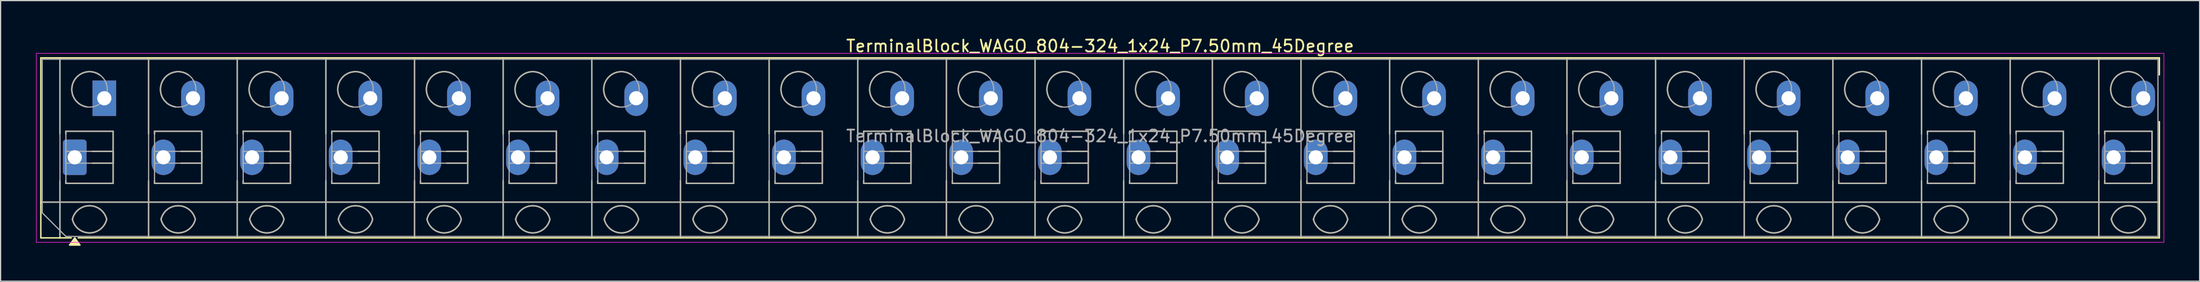
<source format=kicad_pcb>
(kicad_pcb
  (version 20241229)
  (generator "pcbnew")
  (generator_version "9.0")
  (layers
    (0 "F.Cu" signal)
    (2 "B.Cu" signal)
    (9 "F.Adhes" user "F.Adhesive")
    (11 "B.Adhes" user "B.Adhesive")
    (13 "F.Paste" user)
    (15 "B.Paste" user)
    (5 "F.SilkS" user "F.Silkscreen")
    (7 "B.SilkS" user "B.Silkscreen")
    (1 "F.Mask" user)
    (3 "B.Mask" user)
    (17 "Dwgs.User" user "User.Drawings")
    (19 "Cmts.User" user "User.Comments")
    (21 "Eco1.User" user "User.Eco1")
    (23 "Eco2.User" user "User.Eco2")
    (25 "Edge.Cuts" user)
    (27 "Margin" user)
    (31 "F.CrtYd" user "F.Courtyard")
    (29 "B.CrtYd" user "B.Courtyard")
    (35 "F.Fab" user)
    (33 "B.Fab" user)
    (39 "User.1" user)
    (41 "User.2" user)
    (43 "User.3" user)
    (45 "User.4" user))
  (footprint "TerminalBlock_WAGO_804-324_1x24_P7.50mm_45Degree"
    (layer "F.Cu")
    (at 3.275 10.268)
    (property "Reference" "TerminalBlock_WAGO_804-324_1x24_P7.50mm_45Degree" (at 86.75 -9.42 0) (layer "F.SilkS") (effects (font (size 1 1) (thickness 0.15))))
    (attr through_hole)
    (fp_line (start -2.87 -8.42) (end 176.37 -8.42) (stroke (width 0.12) (type solid)) (layer "F.SilkS"))
    (fp_line (start -2.87 3.8) (end 176.37 3.8) (stroke (width 0.12) (type solid)) (layer "F.SilkS"))
    (fp_line (start -2.87 6.82) (end -2.87 -8.42) (stroke (width 0.12) (type solid)) (layer "F.SilkS"))
    (fp_line (start -1.25 -8.42) (end -1.25 -1.98) (stroke (width 0.12) (type solid)) (layer "F.SilkS"))
    (fp_line (start -1.25 1.98) (end -1.25 6.82) (stroke (width 0.12) (type solid)) (layer "F.SilkS"))
    (fp_line (start -0.75 -2.2) (end 3.25 -2.2) (stroke (width 0.12) (type solid)) (layer "F.SilkS"))
    (fp_line (start -0.75 -1.98) (end -0.75 -2.2) (stroke (width 0.12) (type solid)) (layer "F.SilkS"))
    (fp_line (start -0.75 2.2) (end -0.75 1.98) (stroke (width 0.12) (type solid)) (layer "F.SilkS"))
    (fp_line (start -0.3 6.82) (end -2.87 6.82) (stroke (width 0.12) (type solid)) (layer "F.SilkS"))
    (fp_line (start 1.48 -0.5) (end 3.25 -0.5) (stroke (width 0.12) (type solid)) (layer "F.SilkS"))
    (fp_line (start 3.25 -2.2) (end 3.25 2.2) (stroke (width 0.12) (type solid)) (layer "F.SilkS"))
    (fp_line (start 3.25 -0.5) (end 3.25 0.5) (stroke (width 0.12) (type solid)) (layer "F.SilkS"))
    (fp_line (start 3.25 0.5) (end 1.48 0.5) (stroke (width 0.12) (type solid)) (layer "F.SilkS"))
    (fp_line (start 3.25 2.2) (end -0.75 2.2) (stroke (width 0.12) (type solid)) (layer "F.SilkS"))
    (fp_line (start 6.25 -8.42) (end 6.25 -1.98) (stroke (width 0.12) (type solid)) (layer "F.SilkS"))
    (fp_line (start 6.25 1.98) (end 6.25 6.82) (stroke (width 0.12) (type solid)) (layer "F.SilkS"))
    (fp_line (start 6.75 -2.2) (end 10.75 -2.2) (stroke (width 0.12) (type solid)) (layer "F.SilkS"))
    (fp_line (start 6.75 -1.98) (end 6.75 -2.2) (stroke (width 0.12) (type solid)) (layer "F.SilkS"))
    (fp_line (start 6.75 2.2) (end 6.75 1.98) (stroke (width 0.12) (type solid)) (layer "F.SilkS"))
    (fp_line (start 8.98 -0.5) (end 10.75 -0.5) (stroke (width 0.12) (type solid)) (layer "F.SilkS"))
    (fp_line (start 10.75 -2.2) (end 10.75 2.2) (stroke (width 0.12) (type solid)) (layer "F.SilkS"))
    (fp_line (start 10.75 -0.5) (end 10.75 0.5) (stroke (width 0.12) (type solid)) (layer "F.SilkS"))
    (fp_line (start 10.75 0.5) (end 8.98 0.5) (stroke (width 0.12) (type solid)) (layer "F.SilkS"))
    (fp_line (start 10.75 2.2) (end 6.75 2.2) (stroke (width 0.12) (type solid)) (layer "F.SilkS"))
    (fp_line (start 13.75 -8.42) (end 13.75 -1.98) (stroke (width 0.12) (type solid)) (layer "F.SilkS"))
    (fp_line (start 13.75 1.98) (end 13.75 6.82) (stroke (width 0.12) (type solid)) (layer "F.SilkS"))
    (fp_line (start 14.25 -2.2) (end 18.25 -2.2) (stroke (width 0.12) (type solid)) (layer "F.SilkS"))
    (fp_line (start 14.25 -1.98) (end 14.25 -2.2) (stroke (width 0.12) (type solid)) (layer "F.SilkS"))
    (fp_line (start 14.25 2.2) (end 14.25 1.98) (stroke (width 0.12) (type solid)) (layer "F.SilkS"))
    (fp_line (start 16.48 -0.5) (end 18.25 -0.5) (stroke (width 0.12) (type solid)) (layer "F.SilkS"))
    (fp_line (start 18.25 -2.2) (end 18.25 2.2) (stroke (width 0.12) (type solid)) (layer "F.SilkS"))
    (fp_line (start 18.25 -0.5) (end 18.25 0.5) (stroke (width 0.12) (type solid)) (layer "F.SilkS"))
    (fp_line (start 18.25 0.5) (end 16.48 0.5) (stroke (width 0.12) (type solid)) (layer "F.SilkS"))
    (fp_line (start 18.25 2.2) (end 14.25 2.2) (stroke (width 0.12) (type solid)) (layer "F.SilkS"))
    (fp_line (start 21.25 -8.42) (end 21.25 -1.98) (stroke (width 0.12) (type solid)) (layer "F.SilkS"))
    (fp_line (start 21.25 1.98) (end 21.25 6.82) (stroke (width 0.12) (type solid)) (layer "F.SilkS"))
    (fp_line (start 21.75 -2.2) (end 25.75 -2.2) (stroke (width 0.12) (type solid)) (layer "F.SilkS"))
    (fp_line (start 21.75 -1.98) (end 21.75 -2.2) (stroke (width 0.12) (type solid)) (layer "F.SilkS"))
    (fp_line (start 21.75 2.2) (end 21.75 1.98) (stroke (width 0.12) (type solid)) (layer "F.SilkS"))
    (fp_line (start 23.98 -0.5) (end 25.75 -0.5) (stroke (width 0.12) (type solid)) (layer "F.SilkS"))
    (fp_line (start 25.75 -2.2) (end 25.75 2.2) (stroke (width 0.12) (type solid)) (layer "F.SilkS"))
    (fp_line (start 25.75 -0.5) (end 25.75 0.5) (stroke (width 0.12) (type solid)) (layer "F.SilkS"))
    (fp_line (start 25.75 0.5) (end 23.98 0.5) (stroke (width 0.12) (type solid)) (layer "F.SilkS"))
    (fp_line (start 25.75 2.2) (end 21.75 2.2) (stroke (width 0.12) (type solid)) (layer "F.SilkS"))
    (fp_line (start 28.75 -8.42) (end 28.75 -1.98) (stroke (width 0.12) (type solid)) (layer "F.SilkS"))
    (fp_line (start 28.75 1.98) (end 28.75 6.82) (stroke (width 0.12) (type solid)) (layer "F.SilkS"))
    (fp_line (start 29.25 -2.2) (end 33.25 -2.2) (stroke (width 0.12) (type solid)) (layer "F.SilkS"))
    (fp_line (start 29.25 -1.98) (end 29.25 -2.2) (stroke (width 0.12) (type solid)) (layer "F.SilkS"))
    (fp_line (start 29.25 2.2) (end 29.25 1.98) (stroke (width 0.12) (type solid)) (layer "F.SilkS"))
    (fp_line (start 31.48 -0.5) (end 33.25 -0.5) (stroke (width 0.12) (type solid)) (layer "F.SilkS"))
    (fp_line (start 33.25 -2.2) (end 33.25 2.2) (stroke (width 0.12) (type solid)) (layer "F.SilkS"))
    (fp_line (start 33.25 -0.5) (end 33.25 0.5) (stroke (width 0.12) (type solid)) (layer "F.SilkS"))
    (fp_line (start 33.25 0.5) (end 31.48 0.5) (stroke (width 0.12) (type solid)) (layer "F.SilkS"))
    (fp_line (start 33.25 2.2) (end 29.25 2.2) (stroke (width 0.12) (type solid)) (layer "F.SilkS"))
    (fp_line (start 36.25 -8.42) (end 36.25 -1.98) (stroke (width 0.12) (type solid)) (layer "F.SilkS"))
    (fp_line (start 36.25 1.98) (end 36.25 6.82) (stroke (width 0.12) (type solid)) (layer "F.SilkS"))
    (fp_line (start 36.75 -2.2) (end 40.75 -2.2) (stroke (width 0.12) (type solid)) (layer "F.SilkS"))
    (fp_line (start 36.75 -1.98) (end 36.75 -2.2) (stroke (width 0.12) (type solid)) (layer "F.SilkS"))
    (fp_line (start 36.75 2.2) (end 36.75 1.98) (stroke (width 0.12) (type solid)) (layer "F.SilkS"))
    (fp_line (start 38.98 -0.5) (end 40.75 -0.5) (stroke (width 0.12) (type solid)) (layer "F.SilkS"))
    (fp_line (start 40.75 -2.2) (end 40.75 2.2) (stroke (width 0.12) (type solid)) (layer "F.SilkS"))
    (fp_line (start 40.75 -0.5) (end 40.75 0.5) (stroke (width 0.12) (type solid)) (layer "F.SilkS"))
    (fp_line (start 40.75 0.5) (end 38.98 0.5) (stroke (width 0.12) (type solid)) (layer "F.SilkS"))
    (fp_line (start 40.75 2.2) (end 36.75 2.2) (stroke (width 0.12) (type solid)) (layer "F.SilkS"))
    (fp_line (start 43.75 -8.42) (end 43.75 -1.98) (stroke (width 0.12) (type solid)) (layer "F.SilkS"))
    (fp_line (start 43.75 1.98) (end 43.75 6.82) (stroke (width 0.12) (type solid)) (layer "F.SilkS"))
    (fp_line (start 44.25 -2.2) (end 48.25 -2.2) (stroke (width 0.12) (type solid)) (layer "F.SilkS"))
    (fp_line (start 44.25 -1.98) (end 44.25 -2.2) (stroke (width 0.12) (type solid)) (layer "F.SilkS"))
    (fp_line (start 44.25 2.2) (end 44.25 1.98) (stroke (width 0.12) (type solid)) (layer "F.SilkS"))
    (fp_line (start 46.48 -0.5) (end 48.25 -0.5) (stroke (width 0.12) (type solid)) (layer "F.SilkS"))
    (fp_line (start 48.25 -2.2) (end 48.25 2.2) (stroke (width 0.12) (type solid)) (layer "F.SilkS"))
    (fp_line (start 48.25 -0.5) (end 48.25 0.5) (stroke (width 0.12) (type solid)) (layer "F.SilkS"))
    (fp_line (start 48.25 0.5) (end 46.48 0.5) (stroke (width 0.12) (type solid)) (layer "F.SilkS"))
    (fp_line (start 48.25 2.2) (end 44.25 2.2) (stroke (width 0.12) (type solid)) (layer "F.SilkS"))
    (fp_line (start 51.25 -8.42) (end 51.25 -1.98) (stroke (width 0.12) (type solid)) (layer "F.SilkS"))
    (fp_line (start 51.25 1.98) (end 51.25 6.82) (stroke (width 0.12) (type solid)) (layer "F.SilkS"))
    (fp_line (start 51.75 -2.2) (end 55.75 -2.2) (stroke (width 0.12) (type solid)) (layer "F.SilkS"))
    (fp_line (start 51.75 -1.98) (end 51.75 -2.2) (stroke (width 0.12) (type solid)) (layer "F.SilkS"))
    (fp_line (start 51.75 2.2) (end 51.75 1.98) (stroke (width 0.12) (type solid)) (layer "F.SilkS"))
    (fp_line (start 53.98 -0.5) (end 55.75 -0.5) (stroke (width 0.12) (type solid)) (layer "F.SilkS"))
    (fp_line (start 55.75 -2.2) (end 55.75 2.2) (stroke (width 0.12) (type solid)) (layer "F.SilkS"))
    (fp_line (start 55.75 -0.5) (end 55.75 0.5) (stroke (width 0.12) (type solid)) (layer "F.SilkS"))
    (fp_line (start 55.75 0.5) (end 53.98 0.5) (stroke (width 0.12) (type solid)) (layer "F.SilkS"))
    (fp_line (start 55.75 2.2) (end 51.75 2.2) (stroke (width 0.12) (type solid)) (layer "F.SilkS"))
    (fp_line (start 58.75 -8.42) (end 58.75 -1.98) (stroke (width 0.12) (type solid)) (layer "F.SilkS"))
    (fp_line (start 58.75 1.98) (end 58.75 6.82) (stroke (width 0.12) (type solid)) (layer "F.SilkS"))
    (fp_line (start 59.25 -2.2) (end 63.25 -2.2) (stroke (width 0.12) (type solid)) (layer "F.SilkS"))
    (fp_line (start 59.25 -1.98) (end 59.25 -2.2) (stroke (width 0.12) (type solid)) (layer "F.SilkS"))
    (fp_line (start 59.25 2.2) (end 59.25 1.98) (stroke (width 0.12) (type solid)) (layer "F.SilkS"))
    (fp_line (start 61.48 -0.5) (end 63.25 -0.5) (stroke (width 0.12) (type solid)) (layer "F.SilkS"))
    (fp_line (start 63.25 -2.2) (end 63.25 2.2) (stroke (width 0.12) (type solid)) (layer "F.SilkS"))
    (fp_line (start 63.25 -0.5) (end 63.25 0.5) (stroke (width 0.12) (type solid)) (layer "F.SilkS"))
    (fp_line (start 63.25 0.5) (end 61.48 0.5) (stroke (width 0.12) (type solid)) (layer "F.SilkS"))
    (fp_line (start 63.25 2.2) (end 59.25 2.2) (stroke (width 0.12) (type solid)) (layer "F.SilkS"))
    (fp_line (start 66.25 -8.42) (end 66.25 -1.98) (stroke (width 0.12) (type solid)) (layer "F.SilkS"))
    (fp_line (start 66.25 1.98) (end 66.25 6.82) (stroke (width 0.12) (type solid)) (layer "F.SilkS"))
    (fp_line (start 66.75 -2.2) (end 70.75 -2.2) (stroke (width 0.12) (type solid)) (layer "F.SilkS"))
    (fp_line (start 66.75 -1.98) (end 66.75 -2.2) (stroke (width 0.12) (type solid)) (layer "F.SilkS"))
    (fp_line (start 66.75 2.2) (end 66.75 1.98) (stroke (width 0.12) (type solid)) (layer "F.SilkS"))
    (fp_line (start 68.98 -0.5) (end 70.75 -0.5) (stroke (width 0.12) (type solid)) (layer "F.SilkS"))
    (fp_line (start 70.75 -2.2) (end 70.75 2.2) (stroke (width 0.12) (type solid)) (layer "F.SilkS"))
    (fp_line (start 70.75 -0.5) (end 70.75 0.5) (stroke (width 0.12) (type solid)) (layer "F.SilkS"))
    (fp_line (start 70.75 0.5) (end 68.98 0.5) (stroke (width 0.12) (type solid)) (layer "F.SilkS"))
    (fp_line (start 70.75 2.2) (end 66.75 2.2) (stroke (width 0.12) (type solid)) (layer "F.SilkS"))
    (fp_line (start 73.75 -8.42) (end 73.75 -1.98) (stroke (width 0.12) (type solid)) (layer "F.SilkS"))
    (fp_line (start 73.75 1.98) (end 73.75 6.82) (stroke (width 0.12) (type solid)) (layer "F.SilkS"))
    (fp_line (start 74.25 -2.2) (end 78.25 -2.2) (stroke (width 0.12) (type solid)) (layer "F.SilkS"))
    (fp_line (start 74.25 -1.98) (end 74.25 -2.2) (stroke (width 0.12) (type solid)) (layer "F.SilkS"))
    (fp_line (start 74.25 2.2) (end 74.25 1.98) (stroke (width 0.12) (type solid)) (layer "F.SilkS"))
    (fp_line (start 76.48 -0.5) (end 78.25 -0.5) (stroke (width 0.12) (type solid)) (layer "F.SilkS"))
    (fp_line (start 78.25 -2.2) (end 78.25 2.2) (stroke (width 0.12) (type solid)) (layer "F.SilkS"))
    (fp_line (start 78.25 -0.5) (end 78.25 0.5) (stroke (width 0.12) (type solid)) (layer "F.SilkS"))
    (fp_line (start 78.25 0.5) (end 76.48 0.5) (stroke (width 0.12) (type solid)) (layer "F.SilkS"))
    (fp_line (start 78.25 2.2) (end 74.25 2.2) (stroke (width 0.12) (type solid)) (layer "F.SilkS"))
    (fp_line (start 81.25 -8.42) (end 81.25 -1.98) (stroke (width 0.12) (type solid)) (layer "F.SilkS"))
    (fp_line (start 81.25 1.98) (end 81.25 6.82) (stroke (width 0.12) (type solid)) (layer "F.SilkS"))
    (fp_line (start 81.75 -2.2) (end 85.75 -2.2) (stroke (width 0.12) (type solid)) (layer "F.SilkS"))
    (fp_line (start 81.75 -1.98) (end 81.75 -2.2) (stroke (width 0.12) (type solid)) (layer "F.SilkS"))
    (fp_line (start 81.75 2.2) (end 81.75 1.98) (stroke (width 0.12) (type solid)) (layer "F.SilkS"))
    (fp_line (start 83.98 -0.5) (end 85.75 -0.5) (stroke (width 0.12) (type solid)) (layer "F.SilkS"))
    (fp_line (start 85.75 -2.2) (end 85.75 2.2) (stroke (width 0.12) (type solid)) (layer "F.SilkS"))
    (fp_line (start 85.75 -0.5) (end 85.75 0.5) (stroke (width 0.12) (type solid)) (layer "F.SilkS"))
    (fp_line (start 85.75 0.5) (end 83.98 0.5) (stroke (width 0.12) (type solid)) (layer "F.SilkS"))
    (fp_line (start 85.75 2.2) (end 81.75 2.2) (stroke (width 0.12) (type solid)) (layer "F.SilkS"))
    (fp_line (start 88.75 -8.42) (end 88.75 -1.98) (stroke (width 0.12) (type solid)) (layer "F.SilkS"))
    (fp_line (start 88.75 1.98) (end 88.75 6.82) (stroke (width 0.12) (type solid)) (layer "F.SilkS"))
    (fp_line (start 89.25 -2.2) (end 93.25 -2.2) (stroke (width 0.12) (type solid)) (layer "F.SilkS"))
    (fp_line (start 89.25 -1.98) (end 89.25 -2.2) (stroke (width 0.12) (type solid)) (layer "F.SilkS"))
    (fp_line (start 89.25 2.2) (end 89.25 1.98) (stroke (width 0.12) (type solid)) (layer "F.SilkS"))
    (fp_line (start 91.48 -0.5) (end 93.25 -0.5) (stroke (width 0.12) (type solid)) (layer "F.SilkS"))
    (fp_line (start 93.25 -2.2) (end 93.25 2.2) (stroke (width 0.12) (type solid)) (layer "F.SilkS"))
    (fp_line (start 93.25 -0.5) (end 93.25 0.5) (stroke (width 0.12) (type solid)) (layer "F.SilkS"))
    (fp_line (start 93.25 0.5) (end 91.48 0.5) (stroke (width 0.12) (type solid)) (layer "F.SilkS"))
    (fp_line (start 93.25 2.2) (end 89.25 2.2) (stroke (width 0.12) (type solid)) (layer "F.SilkS"))
    (fp_line (start 96.25 -8.42) (end 96.25 -1.98) (stroke (width 0.12) (type solid)) (layer "F.SilkS"))
    (fp_line (start 96.25 1.98) (end 96.25 6.82) (stroke (width 0.12) (type solid)) (layer "F.SilkS"))
    (fp_line (start 96.75 -2.2) (end 100.75 -2.2) (stroke (width 0.12) (type solid)) (layer "F.SilkS"))
    (fp_line (start 96.75 -1.98) (end 96.75 -2.2) (stroke (width 0.12) (type solid)) (layer "F.SilkS"))
    (fp_line (start 96.75 2.2) (end 96.75 1.98) (stroke (width 0.12) (type solid)) (layer "F.SilkS"))
    (fp_line (start 98.98 -0.5) (end 100.75 -0.5) (stroke (width 0.12) (type solid)) (layer "F.SilkS"))
    (fp_line (start 100.75 -2.2) (end 100.75 2.2) (stroke (width 0.12) (type solid)) (layer "F.SilkS"))
    (fp_line (start 100.75 -0.5) (end 100.75 0.5) (stroke (width 0.12) (type solid)) (layer "F.SilkS"))
    (fp_line (start 100.75 0.5) (end 98.98 0.5) (stroke (width 0.12) (type solid)) (layer "F.SilkS"))
    (fp_line (start 100.75 2.2) (end 96.75 2.2) (stroke (width 0.12) (type solid)) (layer "F.SilkS"))
    (fp_line (start 103.75 -8.42) (end 103.75 -1.98) (stroke (width 0.12) (type solid)) (layer "F.SilkS"))
    (fp_line (start 103.75 1.98) (end 103.75 6.82) (stroke (width 0.12) (type solid)) (layer "F.SilkS"))
    (fp_line (start 104.25 -2.2) (end 108.25 -2.2) (stroke (width 0.12) (type solid)) (layer "F.SilkS"))
    (fp_line (start 104.25 -1.98) (end 104.25 -2.2) (stroke (width 0.12) (type solid)) (layer "F.SilkS"))
    (fp_line (start 104.25 2.2) (end 104.25 1.98) (stroke (width 0.12) (type solid)) (layer "F.SilkS"))
    (fp_line (start 106.48 -0.5) (end 108.25 -0.5) (stroke (width 0.12) (type solid)) (layer "F.SilkS"))
    (fp_line (start 108.25 -2.2) (end 108.25 2.2) (stroke (width 0.12) (type solid)) (layer "F.SilkS"))
    (fp_line (start 108.25 -0.5) (end 108.25 0.5) (stroke (width 0.12) (type solid)) (layer "F.SilkS"))
    (fp_line (start 108.25 0.5) (end 106.48 0.5) (stroke (width 0.12) (type solid)) (layer "F.SilkS"))
    (fp_line (start 108.25 2.2) (end 104.25 2.2) (stroke (width 0.12) (type solid)) (layer "F.SilkS"))
    (fp_line (start 111.25 -8.42) (end 111.25 -1.98) (stroke (width 0.12) (type solid)) (layer "F.SilkS"))
    (fp_line (start 111.25 1.98) (end 111.25 6.82) (stroke (width 0.12) (type solid)) (layer "F.SilkS"))
    (fp_line (start 111.75 -2.2) (end 115.75 -2.2) (stroke (width 0.12) (type solid)) (layer "F.SilkS"))
    (fp_line (start 111.75 -1.98) (end 111.75 -2.2) (stroke (width 0.12) (type solid)) (layer "F.SilkS"))
    (fp_line (start 111.75 2.2) (end 111.75 1.98) (stroke (width 0.12) (type solid)) (layer "F.SilkS"))
    (fp_line (start 113.98 -0.5) (end 115.75 -0.5) (stroke (width 0.12) (type solid)) (layer "F.SilkS"))
    (fp_line (start 115.75 -2.2) (end 115.75 2.2) (stroke (width 0.12) (type solid)) (layer "F.SilkS"))
    (fp_line (start 115.75 -0.5) (end 115.75 0.5) (stroke (width 0.12) (type solid)) (layer "F.SilkS"))
    (fp_line (start 115.75 0.5) (end 113.98 0.5) (stroke (width 0.12) (type solid)) (layer "F.SilkS"))
    (fp_line (start 115.75 2.2) (end 111.75 2.2) (stroke (width 0.12) (type solid)) (layer "F.SilkS"))
    (fp_line (start 118.75 -8.42) (end 118.75 -1.98) (stroke (width 0.12) (type solid)) (layer "F.SilkS"))
    (fp_line (start 118.75 1.98) (end 118.75 6.82) (stroke (width 0.12) (type solid)) (layer "F.SilkS"))
    (fp_line (start 119.25 -2.2) (end 123.25 -2.2) (stroke (width 0.12) (type solid)) (layer "F.SilkS"))
    (fp_line (start 119.25 -1.98) (end 119.25 -2.2) (stroke (width 0.12) (type solid)) (layer "F.SilkS"))
    (fp_line (start 119.25 2.2) (end 119.25 1.98) (stroke (width 0.12) (type solid)) (layer "F.SilkS"))
    (fp_line (start 121.48 -0.5) (end 123.25 -0.5) (stroke (width 0.12) (type solid)) (layer "F.SilkS"))
    (fp_line (start 123.25 -2.2) (end 123.25 2.2) (stroke (width 0.12) (type solid)) (layer "F.SilkS"))
    (fp_line (start 123.25 -0.5) (end 123.25 0.5) (stroke (width 0.12) (type solid)) (layer "F.SilkS"))
    (fp_line (start 123.25 0.5) (end 121.48 0.5) (stroke (width 0.12) (type solid)) (layer "F.SilkS"))
    (fp_line (start 123.25 2.2) (end 119.25 2.2) (stroke (width 0.12) (type solid)) (layer "F.SilkS"))
    (fp_line (start 126.25 -8.42) (end 126.25 -1.98) (stroke (width 0.12) (type solid)) (layer "F.SilkS"))
    (fp_line (start 126.25 1.98) (end 126.25 6.82) (stroke (width 0.12) (type solid)) (layer "F.SilkS"))
    (fp_line (start 126.75 -2.2) (end 130.75 -2.2) (stroke (width 0.12) (type solid)) (layer "F.SilkS"))
    (fp_line (start 126.75 -1.98) (end 126.75 -2.2) (stroke (width 0.12) (type solid)) (layer "F.SilkS"))
    (fp_line (start 126.75 2.2) (end 126.75 1.98) (stroke (width 0.12) (type solid)) (layer "F.SilkS"))
    (fp_line (start 128.98 -0.5) (end 130.75 -0.5) (stroke (width 0.12) (type solid)) (layer "F.SilkS"))
    (fp_line (start 130.75 -2.2) (end 130.75 2.2) (stroke (width 0.12) (type solid)) (layer "F.SilkS"))
    (fp_line (start 130.75 -0.5) (end 130.75 0.5) (stroke (width 0.12) (type solid)) (layer "F.SilkS"))
    (fp_line (start 130.75 0.5) (end 128.98 0.5) (stroke (width 0.12) (type solid)) (layer "F.SilkS"))
    (fp_line (start 130.75 2.2) (end 126.75 2.2) (stroke (width 0.12) (type solid)) (layer "F.SilkS"))
    (fp_line (start 133.75 -8.42) (end 133.75 -1.98) (stroke (width 0.12) (type solid)) (layer "F.SilkS"))
    (fp_line (start 133.75 1.98) (end 133.75 6.82) (stroke (width 0.12) (type solid)) (layer "F.SilkS"))
    (fp_line (start 134.25 -2.2) (end 138.25 -2.2) (stroke (width 0.12) (type solid)) (layer "F.SilkS"))
    (fp_line (start 134.25 -1.98) (end 134.25 -2.2) (stroke (width 0.12) (type solid)) (layer "F.SilkS"))
    (fp_line (start 134.25 2.2) (end 134.25 1.98) (stroke (width 0.12) (type solid)) (layer "F.SilkS"))
    (fp_line (start 136.48 -0.5) (end 138.25 -0.5) (stroke (width 0.12) (type solid)) (layer "F.SilkS"))
    (fp_line (start 138.25 -2.2) (end 138.25 2.2) (stroke (width 0.12) (type solid)) (layer "F.SilkS"))
    (fp_line (start 138.25 -0.5) (end 138.25 0.5) (stroke (width 0.12) (type solid)) (layer "F.SilkS"))
    (fp_line (start 138.25 0.5) (end 136.48 0.5) (stroke (width 0.12) (type solid)) (layer "F.SilkS"))
    (fp_line (start 138.25 2.2) (end 134.25 2.2) (stroke (width 0.12) (type solid)) (layer "F.SilkS"))
    (fp_line (start 141.25 -8.42) (end 141.25 -1.98) (stroke (width 0.12) (type solid)) (layer "F.SilkS"))
    (fp_line (start 141.25 1.98) (end 141.25 6.82) (stroke (width 0.12) (type solid)) (layer "F.SilkS"))
    (fp_line (start 141.75 -2.2) (end 145.75 -2.2) (stroke (width 0.12) (type solid)) (layer "F.SilkS"))
    (fp_line (start 141.75 -1.98) (end 141.75 -2.2) (stroke (width 0.12) (type solid)) (layer "F.SilkS"))
    (fp_line (start 141.75 2.2) (end 141.75 1.98) (stroke (width 0.12) (type solid)) (layer "F.SilkS"))
    (fp_line (start 143.98 -0.5) (end 145.75 -0.5) (stroke (width 0.12) (type solid)) (layer "F.SilkS"))
    (fp_line (start 145.75 -2.2) (end 145.75 2.2) (stroke (width 0.12) (type solid)) (layer "F.SilkS"))
    (fp_line (start 145.75 -0.5) (end 145.75 0.5) (stroke (width 0.12) (type solid)) (layer "F.SilkS"))
    (fp_line (start 145.75 0.5) (end 143.98 0.5) (stroke (width 0.12) (type solid)) (layer "F.SilkS"))
    (fp_line (start 145.75 2.2) (end 141.75 2.2) (stroke (width 0.12) (type solid)) (layer "F.SilkS"))
    (fp_line (start 148.75 -8.42) (end 148.75 -1.98) (stroke (width 0.12) (type solid)) (layer "F.SilkS"))
    (fp_line (start 148.75 1.98) (end 148.75 6.82) (stroke (width 0.12) (type solid)) (layer "F.SilkS"))
    (fp_line (start 149.25 -2.2) (end 153.25 -2.2) (stroke (width 0.12) (type solid)) (layer "F.SilkS"))
    (fp_line (start 149.25 -1.98) (end 149.25 -2.2) (stroke (width 0.12) (type solid)) (layer "F.SilkS"))
    (fp_line (start 149.25 2.2) (end 149.25 1.98) (stroke (width 0.12) (type solid)) (layer "F.SilkS"))
    (fp_line (start 151.48 -0.5) (end 153.25 -0.5) (stroke (width 0.12) (type solid)) (layer "F.SilkS"))
    (fp_line (start 153.25 -2.2) (end 153.25 2.2) (stroke (width 0.12) (type solid)) (layer "F.SilkS"))
    (fp_line (start 153.25 -0.5) (end 153.25 0.5) (stroke (width 0.12) (type solid)) (layer "F.SilkS"))
    (fp_line (start 153.25 0.5) (end 151.48 0.5) (stroke (width 0.12) (type solid)) (layer "F.SilkS"))
    (fp_line (start 153.25 2.2) (end 149.25 2.2) (stroke (width 0.12) (type solid)) (layer "F.SilkS"))
    (fp_line (start 156.25 -8.42) (end 156.25 -1.98) (stroke (width 0.12) (type solid)) (layer "F.SilkS"))
    (fp_line (start 156.25 1.98) (end 156.25 6.82) (stroke (width 0.12) (type solid)) (layer "F.SilkS"))
    (fp_line (start 156.75 -2.2) (end 160.75 -2.2) (stroke (width 0.12) (type solid)) (layer "F.SilkS"))
    (fp_line (start 156.75 -1.98) (end 156.75 -2.2) (stroke (width 0.12) (type solid)) (layer "F.SilkS"))
    (fp_line (start 156.75 2.2) (end 156.75 1.98) (stroke (width 0.12) (type solid)) (layer "F.SilkS"))
    (fp_line (start 158.98 -0.5) (end 160.75 -0.5) (stroke (width 0.12) (type solid)) (layer "F.SilkS"))
    (fp_line (start 160.75 -2.2) (end 160.75 2.2) (stroke (width 0.12) (type solid)) (layer "F.SilkS"))
    (fp_line (start 160.75 -0.5) (end 160.75 0.5) (stroke (width 0.12) (type solid)) (layer "F.SilkS"))
    (fp_line (start 160.75 0.5) (end 158.98 0.5) (stroke (width 0.12) (type solid)) (layer "F.SilkS"))
    (fp_line (start 160.75 2.2) (end 156.75 2.2) (stroke (width 0.12) (type solid)) (layer "F.SilkS"))
    (fp_line (start 163.75 -8.42) (end 163.75 -1.98) (stroke (width 0.12) (type solid)) (layer "F.SilkS"))
    (fp_line (start 163.75 1.98) (end 163.75 6.82) (stroke (width 0.12) (type solid)) (layer "F.SilkS"))
    (fp_line (start 164.25 -2.2) (end 168.25 -2.2) (stroke (width 0.12) (type solid)) (layer "F.SilkS"))
    (fp_line (start 164.25 -1.98) (end 164.25 -2.2) (stroke (width 0.12) (type solid)) (layer "F.SilkS"))
    (fp_line (start 164.25 2.2) (end 164.25 1.98) (stroke (width 0.12) (type solid)) (layer "F.SilkS"))
    (fp_line (start 166.48 -0.5) (end 168.25 -0.5) (stroke (width 0.12) (type solid)) (layer "F.SilkS"))
    (fp_line (start 168.25 -2.2) (end 168.25 2.2) (stroke (width 0.12) (type solid)) (layer "F.SilkS"))
    (fp_line (start 168.25 -0.5) (end 168.25 0.5) (stroke (width 0.12) (type solid)) (layer "F.SilkS"))
    (fp_line (start 168.25 0.5) (end 166.48 0.5) (stroke (width 0.12) (type solid)) (layer "F.SilkS"))
    (fp_line (start 168.25 2.2) (end 164.25 2.2) (stroke (width 0.12) (type solid)) (layer "F.SilkS"))
    (fp_line (start 171.25 -8.42) (end 171.25 -1.98) (stroke (width 0.12) (type solid)) (layer "F.SilkS"))
    (fp_line (start 171.25 1.98) (end 171.25 6.82) (stroke (width 0.12) (type solid)) (layer "F.SilkS"))
    (fp_line (start 171.75 -2.2) (end 175.75 -2.2) (stroke (width 0.12) (type solid)) (layer "F.SilkS"))
    (fp_line (start 171.75 -1.98) (end 171.75 -2.2) (stroke (width 0.12) (type solid)) (layer "F.SilkS"))
    (fp_line (start 171.75 2.2) (end 171.75 1.98) (stroke (width 0.12) (type solid)) (layer "F.SilkS"))
    (fp_line (start 173.98 -0.5) (end 175.75 -0.5) (stroke (width 0.12) (type solid)) (layer "F.SilkS"))
    (fp_line (start 175.75 -2.2) (end 175.75 2.2) (stroke (width 0.12) (type solid)) (layer "F.SilkS"))
    (fp_line (start 175.75 -0.5) (end 175.75 0.5) (stroke (width 0.12) (type solid)) (layer "F.SilkS"))
    (fp_line (start 175.75 0.5) (end 173.98 0.5) (stroke (width 0.12) (type solid)) (layer "F.SilkS"))
    (fp_line (start 175.75 2.2) (end 171.75 2.2) (stroke (width 0.12) (type solid)) (layer "F.SilkS"))
    (fp_line (start 176.37 -8.42) (end 176.37 -6.98) (stroke (width 0.12) (type solid)) (layer "F.SilkS"))
    (fp_line (start 176.37 -3.02) (end 176.37 6.82) (stroke (width 0.12) (type solid)) (layer "F.SilkS"))
    (fp_line (start 176.37 6.82) (end 0.3 6.82) (stroke (width 0.12) (type solid)) (layer "F.SilkS"))
    (fp_arc (start -0.2 5.25) (mid 1.25 4.1) (end 2.7 5.25) (stroke (width 0.12) (type solid)) (layer "F.SilkS"))
    (fp_arc (start 1.02 -4.268) (mid -0.141916 -6.309209) (end 2.109 -6.98) (stroke (width 0.12) (type solid)) (layer "F.SilkS"))
    (fp_arc (start 2.7 5.25) (mid 1.25 6.4) (end -0.2 5.25) (stroke (width 0.12) (type solid)) (layer "F.SilkS"))
    (fp_arc (start 7.3 5.25) (mid 8.75 4.1) (end 10.2 5.25) (stroke (width 0.12) (type solid)) (layer "F.SilkS"))
    (fp_arc (start 8.52 -4.268) (mid 7.358084 -6.309209) (end 9.609 -6.98) (stroke (width 0.12) (type solid)) (layer "F.SilkS"))
    (fp_arc (start 10.2 5.25) (mid 8.75 6.4) (end 7.3 5.25) (stroke (width 0.12) (type solid)) (layer "F.SilkS"))
    (fp_arc (start 14.8 5.25) (mid 16.25 4.1) (end 17.7 5.25) (stroke (width 0.12) (type solid)) (layer "F.SilkS"))
    (fp_arc (start 16.02 -4.268) (mid 14.858084 -6.309209) (end 17.109 -6.98) (stroke (width 0.12) (type solid)) (layer "F.SilkS"))
    (fp_arc (start 17.7 5.25) (mid 16.25 6.4) (end 14.8 5.25) (stroke (width 0.12) (type solid)) (layer "F.SilkS"))
    (fp_arc (start 22.3 5.25) (mid 23.75 4.1) (end 25.2 5.25) (stroke (width 0.12) (type solid)) (layer "F.SilkS"))
    (fp_arc (start 23.52 -4.268) (mid 22.358084 -6.309209) (end 24.609 -6.98) (stroke (width 0.12) (type solid)) (layer "F.SilkS"))
    (fp_arc (start 25.2 5.25) (mid 23.75 6.4) (end 22.3 5.25) (stroke (width 0.12) (type solid)) (layer "F.SilkS"))
    (fp_arc (start 29.8 5.25) (mid 31.25 4.1) (end 32.7 5.25) (stroke (width 0.12) (type solid)) (layer "F.SilkS"))
    (fp_arc (start 31.02 -4.268) (mid 29.858084 -6.309209) (end 32.109 -6.98) (stroke (width 0.12) (type solid)) (layer "F.SilkS"))
    (fp_arc (start 32.7 5.25) (mid 31.25 6.4) (end 29.8 5.25) (stroke (width 0.12) (type solid)) (layer "F.SilkS"))
    (fp_arc (start 37.3 5.25) (mid 38.75 4.1) (end 40.2 5.25) (stroke (width 0.12) (type solid)) (layer "F.SilkS"))
    (fp_arc (start 38.52 -4.268) (mid 37.358084 -6.309209) (end 39.609 -6.98) (stroke (width 0.12) (type solid)) (layer "F.SilkS"))
    (fp_arc (start 40.2 5.25) (mid 38.75 6.4) (end 37.3 5.25) (stroke (width 0.12) (type solid)) (layer "F.SilkS"))
    (fp_arc (start 44.8 5.25) (mid 46.25 4.1) (end 47.7 5.25) (stroke (width 0.12) (type solid)) (layer "F.SilkS"))
    (fp_arc (start 46.02 -4.268) (mid 44.858084 -6.309209) (end 47.109 -6.98) (stroke (width 0.12) (type solid)) (layer "F.SilkS"))
    (fp_arc (start 47.7 5.25) (mid 46.25 6.4) (end 44.8 5.25) (stroke (width 0.12) (type solid)) (layer "F.SilkS"))
    (fp_arc (start 52.3 5.25) (mid 53.75 4.1) (end 55.2 5.25) (stroke (width 0.12) (type solid)) (layer "F.SilkS"))
    (fp_arc (start 53.52 -4.268) (mid 52.358084 -6.309209) (end 54.609 -6.98) (stroke (width 0.12) (type solid)) (layer "F.SilkS"))
    (fp_arc (start 55.2 5.25) (mid 53.75 6.4) (end 52.3 5.25) (stroke (width 0.12) (type solid)) (layer "F.SilkS"))
    (fp_arc (start 59.8 5.25) (mid 61.25 4.1) (end 62.7 5.25) (stroke (width 0.12) (type solid)) (layer "F.SilkS"))
    (fp_arc (start 61.02 -4.268) (mid 59.858084 -6.309209) (end 62.109 -6.98) (stroke (width 0.12) (type solid)) (layer "F.SilkS"))
    (fp_arc (start 62.7 5.25) (mid 61.25 6.4) (end 59.8 5.25) (stroke (width 0.12) (type solid)) (layer "F.SilkS"))
    (fp_arc (start 67.3 5.25) (mid 68.75 4.1) (end 70.2 5.25) (stroke (width 0.12) (type solid)) (layer "F.SilkS"))
    (fp_arc (start 68.52 -4.268) (mid 67.358084 -6.309209) (end 69.609 -6.98) (stroke (width 0.12) (type solid)) (layer "F.SilkS"))
    (fp_arc (start 70.2 5.25) (mid 68.75 6.4) (end 67.3 5.25) (stroke (width 0.12) (type solid)) (layer "F.SilkS"))
    (fp_arc (start 74.8 5.25) (mid 76.25 4.1) (end 77.7 5.25) (stroke (width 0.12) (type solid)) (layer "F.SilkS"))
    (fp_arc (start 76.02 -4.268) (mid 74.858084 -6.309209) (end 77.109 -6.98) (stroke (width 0.12) (type solid)) (layer "F.SilkS"))
    (fp_arc (start 77.7 5.25) (mid 76.25 6.4) (end 74.8 5.25) (stroke (width 0.12) (type solid)) (layer "F.SilkS"))
    (fp_arc (start 82.3 5.25) (mid 83.75 4.1) (end 85.2 5.25) (stroke (width 0.12) (type solid)) (layer "F.SilkS"))
    (fp_arc (start 83.52 -4.268) (mid 82.358084 -6.309209) (end 84.609 -6.98) (stroke (width 0.12) (type solid)) (layer "F.SilkS"))
    (fp_arc (start 85.2 5.25) (mid 83.75 6.4) (end 82.3 5.25) (stroke (width 0.12) (type solid)) (layer "F.SilkS"))
    (fp_arc (start 89.8 5.25) (mid 91.25 4.1) (end 92.7 5.25) (stroke (width 0.12) (type solid)) (layer "F.SilkS"))
    (fp_arc (start 91.02 -4.268) (mid 89.858084 -6.309209) (end 92.109 -6.98) (stroke (width 0.12) (type solid)) (layer "F.SilkS"))
    (fp_arc (start 92.7 5.25) (mid 91.25 6.4) (end 89.8 5.25) (stroke (width 0.12) (type solid)) (layer "F.SilkS"))
    (fp_arc (start 97.3 5.25) (mid 98.75 4.1) (end 100.2 5.25) (stroke (width 0.12) (type solid)) (layer "F.SilkS"))
    (fp_arc (start 98.52 -4.268) (mid 97.358084 -6.309209) (end 99.609 -6.98) (stroke (width 0.12) (type solid)) (layer "F.SilkS"))
    (fp_arc (start 100.2 5.25) (mid 98.75 6.4) (end 97.3 5.25) (stroke (width 0.12) (type solid)) (layer "F.SilkS"))
    (fp_arc (start 104.8 5.25) (mid 106.25 4.1) (end 107.7 5.25) (stroke (width 0.12) (type solid)) (layer "F.SilkS"))
    (fp_arc (start 106.02 -4.268) (mid 104.858084 -6.309209) (end 107.109 -6.98) (stroke (width 0.12) (type solid)) (layer "F.SilkS"))
    (fp_arc (start 107.7 5.25) (mid 106.25 6.4) (end 104.8 5.25) (stroke (width 0.12) (type solid)) (layer "F.SilkS"))
    (fp_arc (start 112.3 5.25) (mid 113.75 4.1) (end 115.2 5.25) (stroke (width 0.12) (type solid)) (layer "F.SilkS"))
    (fp_arc (start 113.52 -4.268) (mid 112.358084 -6.309209) (end 114.609 -6.98) (stroke (width 0.12) (type solid)) (layer "F.SilkS"))
    (fp_arc (start 115.2 5.25) (mid 113.75 6.4) (end 112.3 5.25) (stroke (width 0.12) (type solid)) (layer "F.SilkS"))
    (fp_arc (start 119.8 5.25) (mid 121.25 4.1) (end 122.7 5.25) (stroke (width 0.12) (type solid)) (layer "F.SilkS"))
    (fp_arc (start 121.02 -4.268) (mid 119.858084 -6.309209) (end 122.109 -6.98) (stroke (width 0.12) (type solid)) (layer "F.SilkS"))
    (fp_arc (start 122.7 5.25) (mid 121.25 6.4) (end 119.8 5.25) (stroke (width 0.12) (type solid)) (layer "F.SilkS"))
    (fp_arc (start 127.3 5.25) (mid 128.75 4.1) (end 130.2 5.25) (stroke (width 0.12) (type solid)) (layer "F.SilkS"))
    (fp_arc (start 128.52 -4.268) (mid 127.358084 -6.309209) (end 129.609 -6.98) (stroke (width 0.12) (type solid)) (layer "F.SilkS"))
    (fp_arc (start 130.2 5.25) (mid 128.75 6.4) (end 127.3 5.25) (stroke (width 0.12) (type solid)) (layer "F.SilkS"))
    (fp_arc (start 134.8 5.25) (mid 136.25 4.1) (end 137.7 5.25) (stroke (width 0.12) (type solid)) (layer "F.SilkS"))
    (fp_arc (start 136.02 -4.268) (mid 134.858084 -6.309209) (end 137.109 -6.98) (stroke (width 0.12) (type solid)) (layer "F.SilkS"))
    (fp_arc (start 137.7 5.25) (mid 136.25 6.4) (end 134.8 5.25) (stroke (width 0.12) (type solid)) (layer "F.SilkS"))
    (fp_arc (start 142.3 5.25) (mid 143.75 4.1) (end 145.2 5.25) (stroke (width 0.12) (type solid)) (layer "F.SilkS"))
    (fp_arc (start 143.52 -4.268) (mid 142.358084 -6.309209) (end 144.609 -6.98) (stroke (width 0.12) (type solid)) (layer "F.SilkS"))
    (fp_arc (start 145.2 5.25) (mid 143.75 6.4) (end 142.3 5.25) (stroke (width 0.12) (type solid)) (layer "F.SilkS"))
    (fp_arc (start 149.8 5.25) (mid 151.25 4.1) (end 152.7 5.25) (stroke (width 0.12) (type solid)) (layer "F.SilkS"))
    (fp_arc (start 151.02 -4.268) (mid 149.858084 -6.309209) (end 152.109 -6.98) (stroke (width 0.12) (type solid)) (layer "F.SilkS"))
    (fp_arc (start 152.7 5.25) (mid 151.25 6.4) (end 149.8 5.25) (stroke (width 0.12) (type solid)) (layer "F.SilkS"))
    (fp_arc (start 157.3 5.25) (mid 158.75 4.1) (end 160.2 5.25) (stroke (width 0.12) (type solid)) (layer "F.SilkS"))
    (fp_arc (start 158.52 -4.268) (mid 157.358084 -6.309209) (end 159.609 -6.98) (stroke (width 0.12) (type solid)) (layer "F.SilkS"))
    (fp_arc (start 160.2 5.25) (mid 158.75 6.4) (end 157.3 5.25) (stroke (width 0.12) (type solid)) (layer "F.SilkS"))
    (fp_arc (start 164.8 5.25) (mid 166.25 4.1) (end 167.7 5.25) (stroke (width 0.12) (type solid)) (layer "F.SilkS"))
    (fp_arc (start 166.02 -4.268) (mid 164.858084 -6.309209) (end 167.109 -6.98) (stroke (width 0.12) (type solid)) (layer "F.SilkS"))
    (fp_arc (start 167.7 5.25) (mid 166.25 6.4) (end 164.8 5.25) (stroke (width 0.12) (type solid)) (layer "F.SilkS"))
    (fp_arc (start 172.3 5.25) (mid 173.75 4.1) (end 175.2 5.25) (stroke (width 0.12) (type solid)) (layer "F.SilkS"))
    (fp_arc (start 173.52 -4.268) (mid 172.358084 -6.309209) (end 174.609 -6.98) (stroke (width 0.12) (type solid)) (layer "F.SilkS"))
    (fp_arc (start 175.2 5.25) (mid 173.75 6.4) (end 172.3 5.25) (stroke (width 0.12) (type solid)) (layer "F.SilkS"))
    (fp_poly (pts (xy 0 6.82) (xy 0.44 7.43) (xy -0.44 7.43)) (stroke (width 0.12) (type solid)) (fill yes) (layer "F.SilkS"))
    (fp_line (start -3.25 -8.8) (end -3.25 7.2) (stroke (width 0.05) (type solid)) (layer "F.CrtYd"))
    (fp_line (start -3.25 7.2) (end 176.75 7.2) (stroke (width 0.05) (type solid)) (layer "F.CrtYd"))
    (fp_line (start 176.75 -8.8) (end -3.25 -8.8) (stroke (width 0.05) (type solid)) (layer "F.CrtYd"))
    (fp_line (start 176.75 7.2) (end 176.75 -8.8) (stroke (width 0.05) (type solid)) (layer "F.CrtYd"))
    (fp_line (start -2.75 -8.3) (end 176.25 -8.3) (stroke (width 0.1) (type solid)) (layer "F.Fab"))
    (fp_line (start -2.75 3.8) (end 176.25 3.8) (stroke (width 0.1) (type solid)) (layer "F.Fab"))
    (fp_line (start -2.75 4.7) (end -2.75 -8.3) (stroke (width 0.1) (type solid)) (layer "F.Fab"))
    (fp_line (start -1.25 -8.3) (end -1.25 6.7) (stroke (width 0.1) (type solid)) (layer "F.Fab"))
    (fp_line (start -0.75 -2.2) (end -0.75 2.2) (stroke (width 0.1) (type solid)) (layer "F.Fab"))
    (fp_line (start -0.75 -0.5) (end -0.75 0.5) (stroke (width 0.1) (type solid)) (layer "F.Fab"))
    (fp_line (start -0.75 0.5) (end 3.25 0.5) (stroke (width 0.1) (type solid)) (layer "F.Fab"))
    (fp_line (start -0.75 2.2) (end 3.25 2.2) (stroke (width 0.1) (type solid)) (layer "F.Fab"))
    (fp_line (start -0.75 6.7) (end -2.75 4.7) (stroke (width 0.1) (type solid)) (layer "F.Fab"))
    (fp_line (start 3.25 -2.2) (end -0.75 -2.2) (stroke (width 0.1) (type solid)) (layer "F.Fab"))
    (fp_line (start 3.25 -0.5) (end -0.75 -0.5) (stroke (width 0.1) (type solid)) (layer "F.Fab"))
    (fp_line (start 3.25 0.5) (end 3.25 -0.5) (stroke (width 0.1) (type solid)) (layer "F.Fab"))
    (fp_line (start 3.25 2.2) (end 3.25 -2.2) (stroke (width 0.1) (type solid)) (layer "F.Fab"))
    (fp_line (start 6.25 -8.3) (end 6.25 6.7) (stroke (width 0.1) (type solid)) (layer "F.Fab"))
    (fp_line (start 6.75 -2.2) (end 6.75 2.2) (stroke (width 0.1) (type solid)) (layer "F.Fab"))
    (fp_line (start 6.75 -0.5) (end 6.75 0.5) (stroke (width 0.1) (type solid)) (layer "F.Fab"))
    (fp_line (start 6.75 0.5) (end 10.75 0.5) (stroke (width 0.1) (type solid)) (layer "F.Fab"))
    (fp_line (start 6.75 2.2) (end 10.75 2.2) (stroke (width 0.1) (type solid)) (layer "F.Fab"))
    (fp_line (start 10.75 -2.2) (end 6.75 -2.2) (stroke (width 0.1) (type solid)) (layer "F.Fab"))
    (fp_line (start 10.75 -0.5) (end 6.75 -0.5) (stroke (width 0.1) (type solid)) (layer "F.Fab"))
    (fp_line (start 10.75 0.5) (end 10.75 -0.5) (stroke (width 0.1) (type solid)) (layer "F.Fab"))
    (fp_line (start 10.75 2.2) (end 10.75 -2.2) (stroke (width 0.1) (type solid)) (layer "F.Fab"))
    (fp_line (start 13.75 -8.3) (end 13.75 6.7) (stroke (width 0.1) (type solid)) (layer "F.Fab"))
    (fp_line (start 14.25 -2.2) (end 14.25 2.2) (stroke (width 0.1) (type solid)) (layer "F.Fab"))
    (fp_line (start 14.25 -0.5) (end 14.25 0.5) (stroke (width 0.1) (type solid)) (layer "F.Fab"))
    (fp_line (start 14.25 0.5) (end 18.25 0.5) (stroke (width 0.1) (type solid)) (layer "F.Fab"))
    (fp_line (start 14.25 2.2) (end 18.25 2.2) (stroke (width 0.1) (type solid)) (layer "F.Fab"))
    (fp_line (start 18.25 -2.2) (end 14.25 -2.2) (stroke (width 0.1) (type solid)) (layer "F.Fab"))
    (fp_line (start 18.25 -0.5) (end 14.25 -0.5) (stroke (width 0.1) (type solid)) (layer "F.Fab"))
    (fp_line (start 18.25 0.5) (end 18.25 -0.5) (stroke (width 0.1) (type solid)) (layer "F.Fab"))
    (fp_line (start 18.25 2.2) (end 18.25 -2.2) (stroke (width 0.1) (type solid)) (layer "F.Fab"))
    (fp_line (start 21.25 -8.3) (end 21.25 6.7) (stroke (width 0.1) (type solid)) (layer "F.Fab"))
    (fp_line (start 21.75 -2.2) (end 21.75 2.2) (stroke (width 0.1) (type solid)) (layer "F.Fab"))
    (fp_line (start 21.75 -0.5) (end 21.75 0.5) (stroke (width 0.1) (type solid)) (layer "F.Fab"))
    (fp_line (start 21.75 0.5) (end 25.75 0.5) (stroke (width 0.1) (type solid)) (layer "F.Fab"))
    (fp_line (start 21.75 2.2) (end 25.75 2.2) (stroke (width 0.1) (type solid)) (layer "F.Fab"))
    (fp_line (start 25.75 -2.2) (end 21.75 -2.2) (stroke (width 0.1) (type solid)) (layer "F.Fab"))
    (fp_line (start 25.75 -0.5) (end 21.75 -0.5) (stroke (width 0.1) (type solid)) (layer "F.Fab"))
    (fp_line (start 25.75 0.5) (end 25.75 -0.5) (stroke (width 0.1) (type solid)) (layer "F.Fab"))
    (fp_line (start 25.75 2.2) (end 25.75 -2.2) (stroke (width 0.1) (type solid)) (layer "F.Fab"))
    (fp_line (start 28.75 -8.3) (end 28.75 6.7) (stroke (width 0.1) (type solid)) (layer "F.Fab"))
    (fp_line (start 29.25 -2.2) (end 29.25 2.2) (stroke (width 0.1) (type solid)) (layer "F.Fab"))
    (fp_line (start 29.25 -0.5) (end 29.25 0.5) (stroke (width 0.1) (type solid)) (layer "F.Fab"))
    (fp_line (start 29.25 0.5) (end 33.25 0.5) (stroke (width 0.1) (type solid)) (layer "F.Fab"))
    (fp_line (start 29.25 2.2) (end 33.25 2.2) (stroke (width 0.1) (type solid)) (layer "F.Fab"))
    (fp_line (start 33.25 -2.2) (end 29.25 -2.2) (stroke (width 0.1) (type solid)) (layer "F.Fab"))
    (fp_line (start 33.25 -0.5) (end 29.25 -0.5) (stroke (width 0.1) (type solid)) (layer "F.Fab"))
    (fp_line (start 33.25 0.5) (end 33.25 -0.5) (stroke (width 0.1) (type solid)) (layer "F.Fab"))
    (fp_line (start 33.25 2.2) (end 33.25 -2.2) (stroke (width 0.1) (type solid)) (layer "F.Fab"))
    (fp_line (start 36.25 -8.3) (end 36.25 6.7) (stroke (width 0.1) (type solid)) (layer "F.Fab"))
    (fp_line (start 36.75 -2.2) (end 36.75 2.2) (stroke (width 0.1) (type solid)) (layer "F.Fab"))
    (fp_line (start 36.75 -0.5) (end 36.75 0.5) (stroke (width 0.1) (type solid)) (layer "F.Fab"))
    (fp_line (start 36.75 0.5) (end 40.75 0.5) (stroke (width 0.1) (type solid)) (layer "F.Fab"))
    (fp_line (start 36.75 2.2) (end 40.75 2.2) (stroke (width 0.1) (type solid)) (layer "F.Fab"))
    (fp_line (start 40.75 -2.2) (end 36.75 -2.2) (stroke (width 0.1) (type solid)) (layer "F.Fab"))
    (fp_line (start 40.75 -0.5) (end 36.75 -0.5) (stroke (width 0.1) (type solid)) (layer "F.Fab"))
    (fp_line (start 40.75 0.5) (end 40.75 -0.5) (stroke (width 0.1) (type solid)) (layer "F.Fab"))
    (fp_line (start 40.75 2.2) (end 40.75 -2.2) (stroke (width 0.1) (type solid)) (layer "F.Fab"))
    (fp_line (start 43.75 -8.3) (end 43.75 6.7) (stroke (width 0.1) (type solid)) (layer "F.Fab"))
    (fp_line (start 44.25 -2.2) (end 44.25 2.2) (stroke (width 0.1) (type solid)) (layer "F.Fab"))
    (fp_line (start 44.25 -0.5) (end 44.25 0.5) (stroke (width 0.1) (type solid)) (layer "F.Fab"))
    (fp_line (start 44.25 0.5) (end 48.25 0.5) (stroke (width 0.1) (type solid)) (layer "F.Fab"))
    (fp_line (start 44.25 2.2) (end 48.25 2.2) (stroke (width 0.1) (type solid)) (layer "F.Fab"))
    (fp_line (start 48.25 -2.2) (end 44.25 -2.2) (stroke (width 0.1) (type solid)) (layer "F.Fab"))
    (fp_line (start 48.25 -0.5) (end 44.25 -0.5) (stroke (width 0.1) (type solid)) (layer "F.Fab"))
    (fp_line (start 48.25 0.5) (end 48.25 -0.5) (stroke (width 0.1) (type solid)) (layer "F.Fab"))
    (fp_line (start 48.25 2.2) (end 48.25 -2.2) (stroke (width 0.1) (type solid)) (layer "F.Fab"))
    (fp_line (start 51.25 -8.3) (end 51.25 6.7) (stroke (width 0.1) (type solid)) (layer "F.Fab"))
    (fp_line (start 51.75 -2.2) (end 51.75 2.2) (stroke (width 0.1) (type solid)) (layer "F.Fab"))
    (fp_line (start 51.75 -0.5) (end 51.75 0.5) (stroke (width 0.1) (type solid)) (layer "F.Fab"))
    (fp_line (start 51.75 0.5) (end 55.75 0.5) (stroke (width 0.1) (type solid)) (layer "F.Fab"))
    (fp_line (start 51.75 2.2) (end 55.75 2.2) (stroke (width 0.1) (type solid)) (layer "F.Fab"))
    (fp_line (start 55.75 -2.2) (end 51.75 -2.2) (stroke (width 0.1) (type solid)) (layer "F.Fab"))
    (fp_line (start 55.75 -0.5) (end 51.75 -0.5) (stroke (width 0.1) (type solid)) (layer "F.Fab"))
    (fp_line (start 55.75 0.5) (end 55.75 -0.5) (stroke (width 0.1) (type solid)) (layer "F.Fab"))
    (fp_line (start 55.75 2.2) (end 55.75 -2.2) (stroke (width 0.1) (type solid)) (layer "F.Fab"))
    (fp_line (start 58.75 -8.3) (end 58.75 6.7) (stroke (width 0.1) (type solid)) (layer "F.Fab"))
    (fp_line (start 59.25 -2.2) (end 59.25 2.2) (stroke (width 0.1) (type solid)) (layer "F.Fab"))
    (fp_line (start 59.25 -0.5) (end 59.25 0.5) (stroke (width 0.1) (type solid)) (layer "F.Fab"))
    (fp_line (start 59.25 0.5) (end 63.25 0.5) (stroke (width 0.1) (type solid)) (layer "F.Fab"))
    (fp_line (start 59.25 2.2) (end 63.25 2.2) (stroke (width 0.1) (type solid)) (layer "F.Fab"))
    (fp_line (start 63.25 -2.2) (end 59.25 -2.2) (stroke (width 0.1) (type solid)) (layer "F.Fab"))
    (fp_line (start 63.25 -0.5) (end 59.25 -0.5) (stroke (width 0.1) (type solid)) (layer "F.Fab"))
    (fp_line (start 63.25 0.5) (end 63.25 -0.5) (stroke (width 0.1) (type solid)) (layer "F.Fab"))
    (fp_line (start 63.25 2.2) (end 63.25 -2.2) (stroke (width 0.1) (type solid)) (layer "F.Fab"))
    (fp_line (start 66.25 -8.3) (end 66.25 6.7) (stroke (width 0.1) (type solid)) (layer "F.Fab"))
    (fp_line (start 66.75 -2.2) (end 66.75 2.2) (stroke (width 0.1) (type solid)) (layer "F.Fab"))
    (fp_line (start 66.75 -0.5) (end 66.75 0.5) (stroke (width 0.1) (type solid)) (layer "F.Fab"))
    (fp_line (start 66.75 0.5) (end 70.75 0.5) (stroke (width 0.1) (type solid)) (layer "F.Fab"))
    (fp_line (start 66.75 2.2) (end 70.75 2.2) (stroke (width 0.1) (type solid)) (layer "F.Fab"))
    (fp_line (start 70.75 -2.2) (end 66.75 -2.2) (stroke (width 0.1) (type solid)) (layer "F.Fab"))
    (fp_line (start 70.75 -0.5) (end 66.75 -0.5) (stroke (width 0.1) (type solid)) (layer "F.Fab"))
    (fp_line (start 70.75 0.5) (end 70.75 -0.5) (stroke (width 0.1) (type solid)) (layer "F.Fab"))
    (fp_line (start 70.75 2.2) (end 70.75 -2.2) (stroke (width 0.1) (type solid)) (layer "F.Fab"))
    (fp_line (start 73.75 -8.3) (end 73.75 6.7) (stroke (width 0.1) (type solid)) (layer "F.Fab"))
    (fp_line (start 74.25 -2.2) (end 74.25 2.2) (stroke (width 0.1) (type solid)) (layer "F.Fab"))
    (fp_line (start 74.25 -0.5) (end 74.25 0.5) (stroke (width 0.1) (type solid)) (layer "F.Fab"))
    (fp_line (start 74.25 0.5) (end 78.25 0.5) (stroke (width 0.1) (type solid)) (layer "F.Fab"))
    (fp_line (start 74.25 2.2) (end 78.25 2.2) (stroke (width 0.1) (type solid)) (layer "F.Fab"))
    (fp_line (start 78.25 -2.2) (end 74.25 -2.2) (stroke (width 0.1) (type solid)) (layer "F.Fab"))
    (fp_line (start 78.25 -0.5) (end 74.25 -0.5) (stroke (width 0.1) (type solid)) (layer "F.Fab"))
    (fp_line (start 78.25 0.5) (end 78.25 -0.5) (stroke (width 0.1) (type solid)) (layer "F.Fab"))
    (fp_line (start 78.25 2.2) (end 78.25 -2.2) (stroke (width 0.1) (type solid)) (layer "F.Fab"))
    (fp_line (start 81.25 -8.3) (end 81.25 6.7) (stroke (width 0.1) (type solid)) (layer "F.Fab"))
    (fp_line (start 81.75 -2.2) (end 81.75 2.2) (stroke (width 0.1) (type solid)) (layer "F.Fab"))
    (fp_line (start 81.75 -0.5) (end 81.75 0.5) (stroke (width 0.1) (type solid)) (layer "F.Fab"))
    (fp_line (start 81.75 0.5) (end 85.75 0.5) (stroke (width 0.1) (type solid)) (layer "F.Fab"))
    (fp_line (start 81.75 2.2) (end 85.75 2.2) (stroke (width 0.1) (type solid)) (layer "F.Fab"))
    (fp_line (start 85.75 -2.2) (end 81.75 -2.2) (stroke (width 0.1) (type solid)) (layer "F.Fab"))
    (fp_line (start 85.75 -0.5) (end 81.75 -0.5) (stroke (width 0.1) (type solid)) (layer "F.Fab"))
    (fp_line (start 85.75 0.5) (end 85.75 -0.5) (stroke (width 0.1) (type solid)) (layer "F.Fab"))
    (fp_line (start 85.75 2.2) (end 85.75 -2.2) (stroke (width 0.1) (type solid)) (layer "F.Fab"))
    (fp_line (start 88.75 -8.3) (end 88.75 6.7) (stroke (width 0.1) (type solid)) (layer "F.Fab"))
    (fp_line (start 89.25 -2.2) (end 89.25 2.2) (stroke (width 0.1) (type solid)) (layer "F.Fab"))
    (fp_line (start 89.25 -0.5) (end 89.25 0.5) (stroke (width 0.1) (type solid)) (layer "F.Fab"))
    (fp_line (start 89.25 0.5) (end 93.25 0.5) (stroke (width 0.1) (type solid)) (layer "F.Fab"))
    (fp_line (start 89.25 2.2) (end 93.25 2.2) (stroke (width 0.1) (type solid)) (layer "F.Fab"))
    (fp_line (start 93.25 -2.2) (end 89.25 -2.2) (stroke (width 0.1) (type solid)) (layer "F.Fab"))
    (fp_line (start 93.25 -0.5) (end 89.25 -0.5) (stroke (width 0.1) (type solid)) (layer "F.Fab"))
    (fp_line (start 93.25 0.5) (end 93.25 -0.5) (stroke (width 0.1) (type solid)) (layer "F.Fab"))
    (fp_line (start 93.25 2.2) (end 93.25 -2.2) (stroke (width 0.1) (type solid)) (layer "F.Fab"))
    (fp_line (start 96.25 -8.3) (end 96.25 6.7) (stroke (width 0.1) (type solid)) (layer "F.Fab"))
    (fp_line (start 96.75 -2.2) (end 96.75 2.2) (stroke (width 0.1) (type solid)) (layer "F.Fab"))
    (fp_line (start 96.75 -0.5) (end 96.75 0.5) (stroke (width 0.1) (type solid)) (layer "F.Fab"))
    (fp_line (start 96.75 0.5) (end 100.75 0.5) (stroke (width 0.1) (type solid)) (layer "F.Fab"))
    (fp_line (start 96.75 2.2) (end 100.75 2.2) (stroke (width 0.1) (type solid)) (layer "F.Fab"))
    (fp_line (start 100.75 -2.2) (end 96.75 -2.2) (stroke (width 0.1) (type solid)) (layer "F.Fab"))
    (fp_line (start 100.75 -0.5) (end 96.75 -0.5) (stroke (width 0.1) (type solid)) (layer "F.Fab"))
    (fp_line (start 100.75 0.5) (end 100.75 -0.5) (stroke (width 0.1) (type solid)) (layer "F.Fab"))
    (fp_line (start 100.75 2.2) (end 100.75 -2.2) (stroke (width 0.1) (type solid)) (layer "F.Fab"))
    (fp_line (start 103.75 -8.3) (end 103.75 6.7) (stroke (width 0.1) (type solid)) (layer "F.Fab"))
    (fp_line (start 104.25 -2.2) (end 104.25 2.2) (stroke (width 0.1) (type solid)) (layer "F.Fab"))
    (fp_line (start 104.25 -0.5) (end 104.25 0.5) (stroke (width 0.1) (type solid)) (layer "F.Fab"))
    (fp_line (start 104.25 0.5) (end 108.25 0.5) (stroke (width 0.1) (type solid)) (layer "F.Fab"))
    (fp_line (start 104.25 2.2) (end 108.25 2.2) (stroke (width 0.1) (type solid)) (layer "F.Fab"))
    (fp_line (start 108.25 -2.2) (end 104.25 -2.2) (stroke (width 0.1) (type solid)) (layer "F.Fab"))
    (fp_line (start 108.25 -0.5) (end 104.25 -0.5) (stroke (width 0.1) (type solid)) (layer "F.Fab"))
    (fp_line (start 108.25 0.5) (end 108.25 -0.5) (stroke (width 0.1) (type solid)) (layer "F.Fab"))
    (fp_line (start 108.25 2.2) (end 108.25 -2.2) (stroke (width 0.1) (type solid)) (layer "F.Fab"))
    (fp_line (start 111.25 -8.3) (end 111.25 6.7) (stroke (width 0.1) (type solid)) (layer "F.Fab"))
    (fp_line (start 111.75 -2.2) (end 111.75 2.2) (stroke (width 0.1) (type solid)) (layer "F.Fab"))
    (fp_line (start 111.75 -0.5) (end 111.75 0.5) (stroke (width 0.1) (type solid)) (layer "F.Fab"))
    (fp_line (start 111.75 0.5) (end 115.75 0.5) (stroke (width 0.1) (type solid)) (layer "F.Fab"))
    (fp_line (start 111.75 2.2) (end 115.75 2.2) (stroke (width 0.1) (type solid)) (layer "F.Fab"))
    (fp_line (start 115.75 -2.2) (end 111.75 -2.2) (stroke (width 0.1) (type solid)) (layer "F.Fab"))
    (fp_line (start 115.75 -0.5) (end 111.75 -0.5) (stroke (width 0.1) (type solid)) (layer "F.Fab"))
    (fp_line (start 115.75 0.5) (end 115.75 -0.5) (stroke (width 0.1) (type solid)) (layer "F.Fab"))
    (fp_line (start 115.75 2.2) (end 115.75 -2.2) (stroke (width 0.1) (type solid)) (layer "F.Fab"))
    (fp_line (start 118.75 -8.3) (end 118.75 6.7) (stroke (width 0.1) (type solid)) (layer "F.Fab"))
    (fp_line (start 119.25 -2.2) (end 119.25 2.2) (stroke (width 0.1) (type solid)) (layer "F.Fab"))
    (fp_line (start 119.25 -0.5) (end 119.25 0.5) (stroke (width 0.1) (type solid)) (layer "F.Fab"))
    (fp_line (start 119.25 0.5) (end 123.25 0.5) (stroke (width 0.1) (type solid)) (layer "F.Fab"))
    (fp_line (start 119.25 2.2) (end 123.25 2.2) (stroke (width 0.1) (type solid)) (layer "F.Fab"))
    (fp_line (start 123.25 -2.2) (end 119.25 -2.2) (stroke (width 0.1) (type solid)) (layer "F.Fab"))
    (fp_line (start 123.25 -0.5) (end 119.25 -0.5) (stroke (width 0.1) (type solid)) (layer "F.Fab"))
    (fp_line (start 123.25 0.5) (end 123.25 -0.5) (stroke (width 0.1) (type solid)) (layer "F.Fab"))
    (fp_line (start 123.25 2.2) (end 123.25 -2.2) (stroke (width 0.1) (type solid)) (layer "F.Fab"))
    (fp_line (start 126.25 -8.3) (end 126.25 6.7) (stroke (width 0.1) (type solid)) (layer "F.Fab"))
    (fp_line (start 126.75 -2.2) (end 126.75 2.2) (stroke (width 0.1) (type solid)) (layer "F.Fab"))
    (fp_line (start 126.75 -0.5) (end 126.75 0.5) (stroke (width 0.1) (type solid)) (layer "F.Fab"))
    (fp_line (start 126.75 0.5) (end 130.75 0.5) (stroke (width 0.1) (type solid)) (layer "F.Fab"))
    (fp_line (start 126.75 2.2) (end 130.75 2.2) (stroke (width 0.1) (type solid)) (layer "F.Fab"))
    (fp_line (start 130.75 -2.2) (end 126.75 -2.2) (stroke (width 0.1) (type solid)) (layer "F.Fab"))
    (fp_line (start 130.75 -0.5) (end 126.75 -0.5) (stroke (width 0.1) (type solid)) (layer "F.Fab"))
    (fp_line (start 130.75 0.5) (end 130.75 -0.5) (stroke (width 0.1) (type solid)) (layer "F.Fab"))
    (fp_line (start 130.75 2.2) (end 130.75 -2.2) (stroke (width 0.1) (type solid)) (layer "F.Fab"))
    (fp_line (start 133.75 -8.3) (end 133.75 6.7) (stroke (width 0.1) (type solid)) (layer "F.Fab"))
    (fp_line (start 134.25 -2.2) (end 134.25 2.2) (stroke (width 0.1) (type solid)) (layer "F.Fab"))
    (fp_line (start 134.25 -0.5) (end 134.25 0.5) (stroke (width 0.1) (type solid)) (layer "F.Fab"))
    (fp_line (start 134.25 0.5) (end 138.25 0.5) (stroke (width 0.1) (type solid)) (layer "F.Fab"))
    (fp_line (start 134.25 2.2) (end 138.25 2.2) (stroke (width 0.1) (type solid)) (layer "F.Fab"))
    (fp_line (start 138.25 -2.2) (end 134.25 -2.2) (stroke (width 0.1) (type solid)) (layer "F.Fab"))
    (fp_line (start 138.25 -0.5) (end 134.25 -0.5) (stroke (width 0.1) (type solid)) (layer "F.Fab"))
    (fp_line (start 138.25 0.5) (end 138.25 -0.5) (stroke (width 0.1) (type solid)) (layer "F.Fab"))
    (fp_line (start 138.25 2.2) (end 138.25 -2.2) (stroke (width 0.1) (type solid)) (layer "F.Fab"))
    (fp_line (start 141.25 -8.3) (end 141.25 6.7) (stroke (width 0.1) (type solid)) (layer "F.Fab"))
    (fp_line (start 141.75 -2.2) (end 141.75 2.2) (stroke (width 0.1) (type solid)) (layer "F.Fab"))
    (fp_line (start 141.75 -0.5) (end 141.75 0.5) (stroke (width 0.1) (type solid)) (layer "F.Fab"))
    (fp_line (start 141.75 0.5) (end 145.75 0.5) (stroke (width 0.1) (type solid)) (layer "F.Fab"))
    (fp_line (start 141.75 2.2) (end 145.75 2.2) (stroke (width 0.1) (type solid)) (layer "F.Fab"))
    (fp_line (start 145.75 -2.2) (end 141.75 -2.2) (stroke (width 0.1) (type solid)) (layer "F.Fab"))
    (fp_line (start 145.75 -0.5) (end 141.75 -0.5) (stroke (width 0.1) (type solid)) (layer "F.Fab"))
    (fp_line (start 145.75 0.5) (end 145.75 -0.5) (stroke (width 0.1) (type solid)) (layer "F.Fab"))
    (fp_line (start 145.75 2.2) (end 145.75 -2.2) (stroke (width 0.1) (type solid)) (layer "F.Fab"))
    (fp_line (start 148.75 -8.3) (end 148.75 6.7) (stroke (width 0.1) (type solid)) (layer "F.Fab"))
    (fp_line (start 149.25 -2.2) (end 149.25 2.2) (stroke (width 0.1) (type solid)) (layer "F.Fab"))
    (fp_line (start 149.25 -0.5) (end 149.25 0.5) (stroke (width 0.1) (type solid)) (layer "F.Fab"))
    (fp_line (start 149.25 0.5) (end 153.25 0.5) (stroke (width 0.1) (type solid)) (layer "F.Fab"))
    (fp_line (start 149.25 2.2) (end 153.25 2.2) (stroke (width 0.1) (type solid)) (layer "F.Fab"))
    (fp_line (start 153.25 -2.2) (end 149.25 -2.2) (stroke (width 0.1) (type solid)) (layer "F.Fab"))
    (fp_line (start 153.25 -0.5) (end 149.25 -0.5) (stroke (width 0.1) (type solid)) (layer "F.Fab"))
    (fp_line (start 153.25 0.5) (end 153.25 -0.5) (stroke (width 0.1) (type solid)) (layer "F.Fab"))
    (fp_line (start 153.25 2.2) (end 153.25 -2.2) (stroke (width 0.1) (type solid)) (layer "F.Fab"))
    (fp_line (start 156.25 -8.3) (end 156.25 6.7) (stroke (width 0.1) (type solid)) (layer "F.Fab"))
    (fp_line (start 156.75 -2.2) (end 156.75 2.2) (stroke (width 0.1) (type solid)) (layer "F.Fab"))
    (fp_line (start 156.75 -0.5) (end 156.75 0.5) (stroke (width 0.1) (type solid)) (layer "F.Fab"))
    (fp_line (start 156.75 0.5) (end 160.75 0.5) (stroke (width 0.1) (type solid)) (layer "F.Fab"))
    (fp_line (start 156.75 2.2) (end 160.75 2.2) (stroke (width 0.1) (type solid)) (layer "F.Fab"))
    (fp_line (start 160.75 -2.2) (end 156.75 -2.2) (stroke (width 0.1) (type solid)) (layer "F.Fab"))
    (fp_line (start 160.75 -0.5) (end 156.75 -0.5) (stroke (width 0.1) (type solid)) (layer "F.Fab"))
    (fp_line (start 160.75 0.5) (end 160.75 -0.5) (stroke (width 0.1) (type solid)) (layer "F.Fab"))
    (fp_line (start 160.75 2.2) (end 160.75 -2.2) (stroke (width 0.1) (type solid)) (layer "F.Fab"))
    (fp_line (start 163.75 -8.3) (end 163.75 6.7) (stroke (width 0.1) (type solid)) (layer "F.Fab"))
    (fp_line (start 164.25 -2.2) (end 164.25 2.2) (stroke (width 0.1) (type solid)) (layer "F.Fab"))
    (fp_line (start 164.25 -0.5) (end 164.25 0.5) (stroke (width 0.1) (type solid)) (layer "F.Fab"))
    (fp_line (start 164.25 0.5) (end 168.25 0.5) (stroke (width 0.1) (type solid)) (layer "F.Fab"))
    (fp_line (start 164.25 2.2) (end 168.25 2.2) (stroke (width 0.1) (type solid)) (layer "F.Fab"))
    (fp_line (start 168.25 -2.2) (end 164.25 -2.2) (stroke (width 0.1) (type solid)) (layer "F.Fab"))
    (fp_line (start 168.25 -0.5) (end 164.25 -0.5) (stroke (width 0.1) (type solid)) (layer "F.Fab"))
    (fp_line (start 168.25 0.5) (end 168.25 -0.5) (stroke (width 0.1) (type solid)) (layer "F.Fab"))
    (fp_line (start 168.25 2.2) (end 168.25 -2.2) (stroke (width 0.1) (type solid)) (layer "F.Fab"))
    (fp_line (start 171.25 -8.3) (end 171.25 6.7) (stroke (width 0.1) (type solid)) (layer "F.Fab"))
    (fp_line (start 171.75 -2.2) (end 171.75 2.2) (stroke (width 0.1) (type solid)) (layer "F.Fab"))
    (fp_line (start 171.75 -0.5) (end 171.75 0.5) (stroke (width 0.1) (type solid)) (layer "F.Fab"))
    (fp_line (start 171.75 0.5) (end 175.75 0.5) (stroke (width 0.1) (type solid)) (layer "F.Fab"))
    (fp_line (start 171.75 2.2) (end 175.75 2.2) (stroke (width 0.1) (type solid)) (layer "F.Fab"))
    (fp_line (start 175.75 -2.2) (end 171.75 -2.2) (stroke (width 0.1) (type solid)) (layer "F.Fab"))
    (fp_line (start 175.75 -0.5) (end 171.75 -0.5) (stroke (width 0.1) (type solid)) (layer "F.Fab"))
    (fp_line (start 175.75 0.5) (end 175.75 -0.5) (stroke (width 0.1) (type solid)) (layer "F.Fab"))
    (fp_line (start 175.75 2.2) (end 175.75 -2.2) (stroke (width 0.1) (type solid)) (layer "F.Fab"))
    (fp_line (start 176.25 -8.3) (end 176.25 6.7) (stroke (width 0.1) (type solid)) (layer "F.Fab"))
    (fp_line (start 176.25 6.7) (end -0.75 6.7) (stroke (width 0.1) (type solid)) (layer "F.Fab"))
    (fp_arc (start -0.2 5.25) (mid 1.25 4.1) (end 2.7 5.25) (stroke (width 0.1) (type solid)) (layer "F.Fab"))
    (fp_arc (start 2.7 5.25) (mid 1.25 6.4) (end -0.2 5.25) (stroke (width 0.1) (type solid)) (layer "F.Fab"))
    (fp_arc (start 7.3 5.25) (mid 8.75 4.1) (end 10.2 5.25) (stroke (width 0.1) (type solid)) (layer "F.Fab"))
    (fp_arc (start 10.2 5.25) (mid 8.75 6.4) (end 7.3 5.25) (stroke (width 0.1) (type solid)) (layer "F.Fab"))
    (fp_arc (start 14.8 5.25) (mid 16.25 4.1) (end 17.7 5.25) (stroke (width 0.1) (type solid)) (layer "F.Fab"))
    (fp_arc (start 17.7 5.25) (mid 16.25 6.4) (end 14.8 5.25) (stroke (width 0.1) (type solid)) (layer "F.Fab"))
    (fp_arc (start 22.3 5.25) (mid 23.75 4.1) (end 25.2 5.25) (stroke (width 0.1) (type solid)) (layer "F.Fab"))
    (fp_arc (start 25.2 5.25) (mid 23.75 6.4) (end 22.3 5.25) (stroke (width 0.1) (type solid)) (layer "F.Fab"))
    (fp_arc (start 29.8 5.25) (mid 31.25 4.1) (end 32.7 5.25) (stroke (width 0.1) (type solid)) (layer "F.Fab"))
    (fp_arc (start 32.7 5.25) (mid 31.25 6.4) (end 29.8 5.25) (stroke (width 0.1) (type solid)) (layer "F.Fab"))
    (fp_arc (start 37.3 5.25) (mid 38.75 4.1) (end 40.2 5.25) (stroke (width 0.1) (type solid)) (layer "F.Fab"))
    (fp_arc (start 40.2 5.25) (mid 38.75 6.4) (end 37.3 5.25) (stroke (width 0.1) (type solid)) (layer "F.Fab"))
    (fp_arc (start 44.8 5.25) (mid 46.25 4.1) (end 47.7 5.25) (stroke (width 0.1) (type solid)) (layer "F.Fab"))
    (fp_arc (start 47.7 5.25) (mid 46.25 6.4) (end 44.8 5.25) (stroke (width 0.1) (type solid)) (layer "F.Fab"))
    (fp_arc (start 52.3 5.25) (mid 53.75 4.1) (end 55.2 5.25) (stroke (width 0.1) (type solid)) (layer "F.Fab"))
    (fp_arc (start 55.2 5.25) (mid 53.75 6.4) (end 52.3 5.25) (stroke (width 0.1) (type solid)) (layer "F.Fab"))
    (fp_arc (start 59.8 5.25) (mid 61.25 4.1) (end 62.7 5.25) (stroke (width 0.1) (type solid)) (layer "F.Fab"))
    (fp_arc (start 62.7 5.25) (mid 61.25 6.4) (end 59.8 5.25) (stroke (width 0.1) (type solid)) (layer "F.Fab"))
    (fp_arc (start 67.3 5.25) (mid 68.75 4.1) (end 70.2 5.25) (stroke (width 0.1) (type solid)) (layer "F.Fab"))
    (fp_arc (start 70.2 5.25) (mid 68.75 6.4) (end 67.3 5.25) (stroke (width 0.1) (type solid)) (layer "F.Fab"))
    (fp_arc (start 74.8 5.25) (mid 76.25 4.1) (end 77.7 5.25) (stroke (width 0.1) (type solid)) (layer "F.Fab"))
    (fp_arc (start 77.7 5.25) (mid 76.25 6.4) (end 74.8 5.25) (stroke (width 0.1) (type solid)) (layer "F.Fab"))
    (fp_arc (start 82.3 5.25) (mid 83.75 4.1) (end 85.2 5.25) (stroke (width 0.1) (type solid)) (layer "F.Fab"))
    (fp_arc (start 85.2 5.25) (mid 83.75 6.4) (end 82.3 5.25) (stroke (width 0.1) (type solid)) (layer "F.Fab"))
    (fp_arc (start 89.8 5.25) (mid 91.25 4.1) (end 92.7 5.25) (stroke (width 0.1) (type solid)) (layer "F.Fab"))
    (fp_arc (start 92.7 5.25) (mid 91.25 6.4) (end 89.8 5.25) (stroke (width 0.1) (type solid)) (layer "F.Fab"))
    (fp_arc (start 97.3 5.25) (mid 98.75 4.1) (end 100.2 5.25) (stroke (width 0.1) (type solid)) (layer "F.Fab"))
    (fp_arc (start 100.2 5.25) (mid 98.75 6.4) (end 97.3 5.25) (stroke (width 0.1) (type solid)) (layer "F.Fab"))
    (fp_arc (start 104.8 5.25) (mid 106.25 4.1) (end 107.7 5.25) (stroke (width 0.1) (type solid)) (layer "F.Fab"))
    (fp_arc (start 107.7 5.25) (mid 106.25 6.4) (end 104.8 5.25) (stroke (width 0.1) (type solid)) (layer "F.Fab"))
    (fp_arc (start 112.3 5.25) (mid 113.75 4.1) (end 115.2 5.25) (stroke (width 0.1) (type solid)) (layer "F.Fab"))
    (fp_arc (start 115.2 5.25) (mid 113.75 6.4) (end 112.3 5.25) (stroke (width 0.1) (type solid)) (layer "F.Fab"))
    (fp_arc (start 119.8 5.25) (mid 121.25 4.1) (end 122.7 5.25) (stroke (width 0.1) (type solid)) (layer "F.Fab"))
    (fp_arc (start 122.7 5.25) (mid 121.25 6.4) (end 119.8 5.25) (stroke (width 0.1) (type solid)) (layer "F.Fab"))
    (fp_arc (start 127.3 5.25) (mid 128.75 4.1) (end 130.2 5.25) (stroke (width 0.1) (type solid)) (layer "F.Fab"))
    (fp_arc (start 130.2 5.25) (mid 128.75 6.4) (end 127.3 5.25) (stroke (width 0.1) (type solid)) (layer "F.Fab"))
    (fp_arc (start 134.8 5.25) (mid 136.25 4.1) (end 137.7 5.25) (stroke (width 0.1) (type solid)) (layer "F.Fab"))
    (fp_arc (start 137.7 5.25) (mid 136.25 6.4) (end 134.8 5.25) (stroke (width 0.1) (type solid)) (layer "F.Fab"))
    (fp_arc (start 142.3 5.25) (mid 143.75 4.1) (end 145.2 5.25) (stroke (width 0.1) (type solid)) (layer "F.Fab"))
    (fp_arc (start 145.2 5.25) (mid 143.75 6.4) (end 142.3 5.25) (stroke (width 0.1) (type solid)) (layer "F.Fab"))
    (fp_arc (start 149.8 5.25) (mid 151.25 4.1) (end 152.7 5.25) (stroke (width 0.1) (type solid)) (layer "F.Fab"))
    (fp_arc (start 152.7 5.25) (mid 151.25 6.4) (end 149.8 5.25) (stroke (width 0.1) (type solid)) (layer "F.Fab"))
    (fp_arc (start 157.3 5.25) (mid 158.75 4.1) (end 160.2 5.25) (stroke (width 0.1) (type solid)) (layer "F.Fab"))
    (fp_arc (start 160.2 5.25) (mid 158.75 6.4) (end 157.3 5.25) (stroke (width 0.1) (type solid)) (layer "F.Fab"))
    (fp_arc (start 164.8 5.25) (mid 166.25 4.1) (end 167.7 5.25) (stroke (width 0.1) (type solid)) (layer "F.Fab"))
    (fp_arc (start 167.7 5.25) (mid 166.25 6.4) (end 164.8 5.25) (stroke (width 0.1) (type solid)) (layer "F.Fab"))
    (fp_arc (start 172.3 5.25) (mid 173.75 4.1) (end 175.2 5.25) (stroke (width 0.1) (type solid)) (layer "F.Fab"))
    (fp_arc (start 175.2 5.25) (mid 173.75 6.4) (end 172.3 5.25) (stroke (width 0.1) (type solid)) (layer "F.Fab"))
    (fp_circle (center 1.25 -5.75) (end 2.75 -5.75) (stroke (width 0.1) (type solid)) (fill no) (layer "F.Fab"))
    (fp_circle (center 8.75 -5.75) (end 10.25 -5.75) (stroke (width 0.1) (type solid)) (fill no) (layer "F.Fab"))
    (fp_circle (center 16.25 -5.75) (end 17.75 -5.75) (stroke (width 0.1) (type solid)) (fill no) (layer "F.Fab"))
    (fp_circle (center 23.75 -5.75) (end 25.25 -5.75) (stroke (width 0.1) (type solid)) (fill no) (layer "F.Fab"))
    (fp_circle (center 31.25 -5.75) (end 32.75 -5.75) (stroke (width 0.1) (type solid)) (fill no) (layer "F.Fab"))
    (fp_circle (center 38.75 -5.75) (end 40.25 -5.75) (stroke (width 0.1) (type solid)) (fill no) (layer "F.Fab"))
    (fp_circle (center 46.25 -5.75) (end 47.75 -5.75) (stroke (width 0.1) (type solid)) (fill no) (layer "F.Fab"))
    (fp_circle (center 53.75 -5.75) (end 55.25 -5.75) (stroke (width 0.1) (type solid)) (fill no) (layer "F.Fab"))
    (fp_circle (center 61.25 -5.75) (end 62.75 -5.75) (stroke (width 0.1) (type solid)) (fill no) (layer "F.Fab"))
    (fp_circle (center 68.75 -5.75) (end 70.25 -5.75) (stroke (width 0.1) (type solid)) (fill no) (layer "F.Fab"))
    (fp_circle (center 76.25 -5.75) (end 77.75 -5.75) (stroke (width 0.1) (type solid)) (fill no) (layer "F.Fab"))
    (fp_circle (center 83.75 -5.75) (end 85.25 -5.75) (stroke (width 0.1) (type solid)) (fill no) (layer "F.Fab"))
    (fp_circle (center 91.25 -5.75) (end 92.75 -5.75) (stroke (width 0.1) (type solid)) (fill no) (layer "F.Fab"))
    (fp_circle (center 98.75 -5.75) (end 100.25 -5.75) (stroke (width 0.1) (type solid)) (fill no) (layer "F.Fab"))
    (fp_circle (center 106.25 -5.75) (end 107.75 -5.75) (stroke (width 0.1) (type solid)) (fill no) (layer "F.Fab"))
    (fp_circle (center 113.75 -5.75) (end 115.25 -5.75) (stroke (width 0.1) (type solid)) (fill no) (layer "F.Fab"))
    (fp_circle (center 121.25 -5.75) (end 122.75 -5.75) (stroke (width 0.1) (type solid)) (fill no) (layer "F.Fab"))
    (fp_circle (center 128.75 -5.75) (end 130.25 -5.75) (stroke (width 0.1) (type solid)) (fill no) (layer "F.Fab"))
    (fp_circle (center 136.25 -5.75) (end 137.75 -5.75) (stroke (width 0.1) (type solid)) (fill no) (layer "F.Fab"))
    (fp_circle (center 143.75 -5.75) (end 145.25 -5.75) (stroke (width 0.1) (type solid)) (fill no) (layer "F.Fab"))
    (fp_circle (center 151.25 -5.75) (end 152.75 -5.75) (stroke (width 0.1) (type solid)) (fill no) (layer "F.Fab"))
    (fp_circle (center 158.75 -5.75) (end 160.25 -5.75) (stroke (width 0.1) (type solid)) (fill no) (layer "F.Fab"))
    (fp_circle (center 166.25 -5.75) (end 167.75 -5.75) (stroke (width 0.1) (type solid)) (fill no) (layer "F.Fab"))
    (fp_circle (center 173.75 -5.75) (end 175.25 -5.75) (stroke (width 0.1) (type solid)) (fill no) (layer "F.Fab"))
    (fp_text user "${REFERENCE}" (at 86.75 -1.8 0) (layer "F.Fab") (effects (font (size 1 1) (thickness 0.15))))
    (pad "1" thru_hole roundrect (at 0 0) (size 2 3) (drill 1.2) (layers "*.Cu" "*.Mask") (roundrect_rratio 0.125))
    (pad "1" thru_hole rect (at 2.5 -5) (size 2 3) (drill 1.2) (layers "*.Cu" "*.Mask"))
    (pad "2" thru_hole oval (at 7.5 0) (size 2 3) (drill 1.2) (layers "*.Cu" "*.Mask"))
    (pad "2" thru_hole oval (at 10 -5) (size 2 3) (drill 1.2) (layers "*.Cu" "*.Mask"))
    (pad "3" thru_hole oval (at 15 0) (size 2 3) (drill 1.2) (layers "*.Cu" "*.Mask"))
    (pad "3" thru_hole oval (at 17.5 -5) (size 2 3) (drill 1.2) (layers "*.Cu" "*.Mask"))
    (pad "4" thru_hole oval (at 22.5 0) (size 2 3) (drill 1.2) (layers "*.Cu" "*.Mask"))
    (pad "4" thru_hole oval (at 25 -5) (size 2 3) (drill 1.2) (layers "*.Cu" "*.Mask"))
    (pad "5" thru_hole oval (at 30 0) (size 2 3) (drill 1.2) (layers "*.Cu" "*.Mask"))
    (pad "5" thru_hole oval (at 32.5 -5) (size 2 3) (drill 1.2) (layers "*.Cu" "*.Mask"))
    (pad "6" thru_hole oval (at 37.5 0) (size 2 3) (drill 1.2) (layers "*.Cu" "*.Mask"))
    (pad "6" thru_hole oval (at 40 -5) (size 2 3) (drill 1.2) (layers "*.Cu" "*.Mask"))
    (pad "7" thru_hole oval (at 45 0) (size 2 3) (drill 1.2) (layers "*.Cu" "*.Mask"))
    (pad "7" thru_hole oval (at 47.5 -5) (size 2 3) (drill 1.2) (layers "*.Cu" "*.Mask"))
    (pad "8" thru_hole oval (at 52.5 0) (size 2 3) (drill 1.2) (layers "*.Cu" "*.Mask"))
    (pad "8" thru_hole oval (at 55 -5) (size 2 3) (drill 1.2) (layers "*.Cu" "*.Mask"))
    (pad "9" thru_hole oval (at 60 0) (size 2 3) (drill 1.2) (layers "*.Cu" "*.Mask"))
    (pad "9" thru_hole oval (at 62.5 -5) (size 2 3) (drill 1.2) (layers "*.Cu" "*.Mask"))
    (pad "10" thru_hole oval (at 67.5 0) (size 2 3) (drill 1.2) (layers "*.Cu" "*.Mask"))
    (pad "10" thru_hole oval (at 70 -5) (size 2 3) (drill 1.2) (layers "*.Cu" "*.Mask"))
    (pad "11" thru_hole oval (at 75 0) (size 2 3) (drill 1.2) (layers "*.Cu" "*.Mask"))
    (pad "11" thru_hole oval (at 77.5 -5) (size 2 3) (drill 1.2) (layers "*.Cu" "*.Mask"))
    (pad "12" thru_hole oval (at 82.5 0) (size 2 3) (drill 1.2) (layers "*.Cu" "*.Mask"))
    (pad "12" thru_hole oval (at 85 -5) (size 2 3) (drill 1.2) (layers "*.Cu" "*.Mask"))
    (pad "13" thru_hole oval (at 90 0) (size 2 3) (drill 1.2) (layers "*.Cu" "*.Mask"))
    (pad "13" thru_hole oval (at 92.5 -5) (size 2 3) (drill 1.2) (layers "*.Cu" "*.Mask"))
    (pad "14" thru_hole oval (at 97.5 0) (size 2 3) (drill 1.2) (layers "*.Cu" "*.Mask"))
    (pad "14" thru_hole oval (at 100 -5) (size 2 3) (drill 1.2) (layers "*.Cu" "*.Mask"))
    (pad "15" thru_hole oval (at 105 0) (size 2 3) (drill 1.2) (layers "*.Cu" "*.Mask"))
    (pad "15" thru_hole oval (at 107.5 -5) (size 2 3) (drill 1.2) (layers "*.Cu" "*.Mask"))
    (pad "16" thru_hole oval (at 112.5 0) (size 2 3) (drill 1.2) (layers "*.Cu" "*.Mask"))
    (pad "16" thru_hole oval (at 115 -5) (size 2 3) (drill 1.2) (layers "*.Cu" "*.Mask"))
    (pad "17" thru_hole oval (at 120 0) (size 2 3) (drill 1.2) (layers "*.Cu" "*.Mask"))
    (pad "17" thru_hole oval (at 122.5 -5) (size 2 3) (drill 1.2) (layers "*.Cu" "*.Mask"))
    (pad "18" thru_hole oval (at 127.5 0) (size 2 3) (drill 1.2) (layers "*.Cu" "*.Mask"))
    (pad "18" thru_hole oval (at 130 -5) (size 2 3) (drill 1.2) (layers "*.Cu" "*.Mask"))
    (pad "19" thru_hole oval (at 135 0) (size 2 3) (drill 1.2) (layers "*.Cu" "*.Mask"))
    (pad "19" thru_hole oval (at 137.5 -5) (size 2 3) (drill 1.2) (layers "*.Cu" "*.Mask"))
    (pad "20" thru_hole oval (at 142.5 0) (size 2 3) (drill 1.2) (layers "*.Cu" "*.Mask"))
    (pad "20" thru_hole oval (at 145 -5) (size 2 3) (drill 1.2) (layers "*.Cu" "*.Mask"))
    (pad "21" thru_hole oval (at 150 0) (size 2 3) (drill 1.2) (layers "*.Cu" "*.Mask"))
    (pad "21" thru_hole oval (at 152.5 -5) (size 2 3) (drill 1.2) (layers "*.Cu" "*.Mask"))
    (pad "22" thru_hole oval (at 157.5 0) (size 2 3) (drill 1.2) (layers "*.Cu" "*.Mask"))
    (pad "22" thru_hole oval (at 160 -5) (size 2 3) (drill 1.2) (layers "*.Cu" "*.Mask"))
    (pad "23" thru_hole oval (at 165 0) (size 2 3) (drill 1.2) (layers "*.Cu" "*.Mask"))
    (pad "23" thru_hole oval (at 167.5 -5) (size 2 3) (drill 1.2) (layers "*.Cu" "*.Mask"))
    (pad "24" thru_hole oval (at 172.5 0) (size 2 3) (drill 1.2) (layers "*.Cu" "*.Mask"))
    (pad "24" thru_hole oval (at 175 -5) (size 2 3) (drill 1.2) (layers "*.Cu" "*.Mask")))
  (gr_rect
    (start -3 -3)
    (end 183.05 20.758)
    (stroke (width 0.1) (type default))
    (fill no)
    (layer "Edge.Cuts")))
</source>
